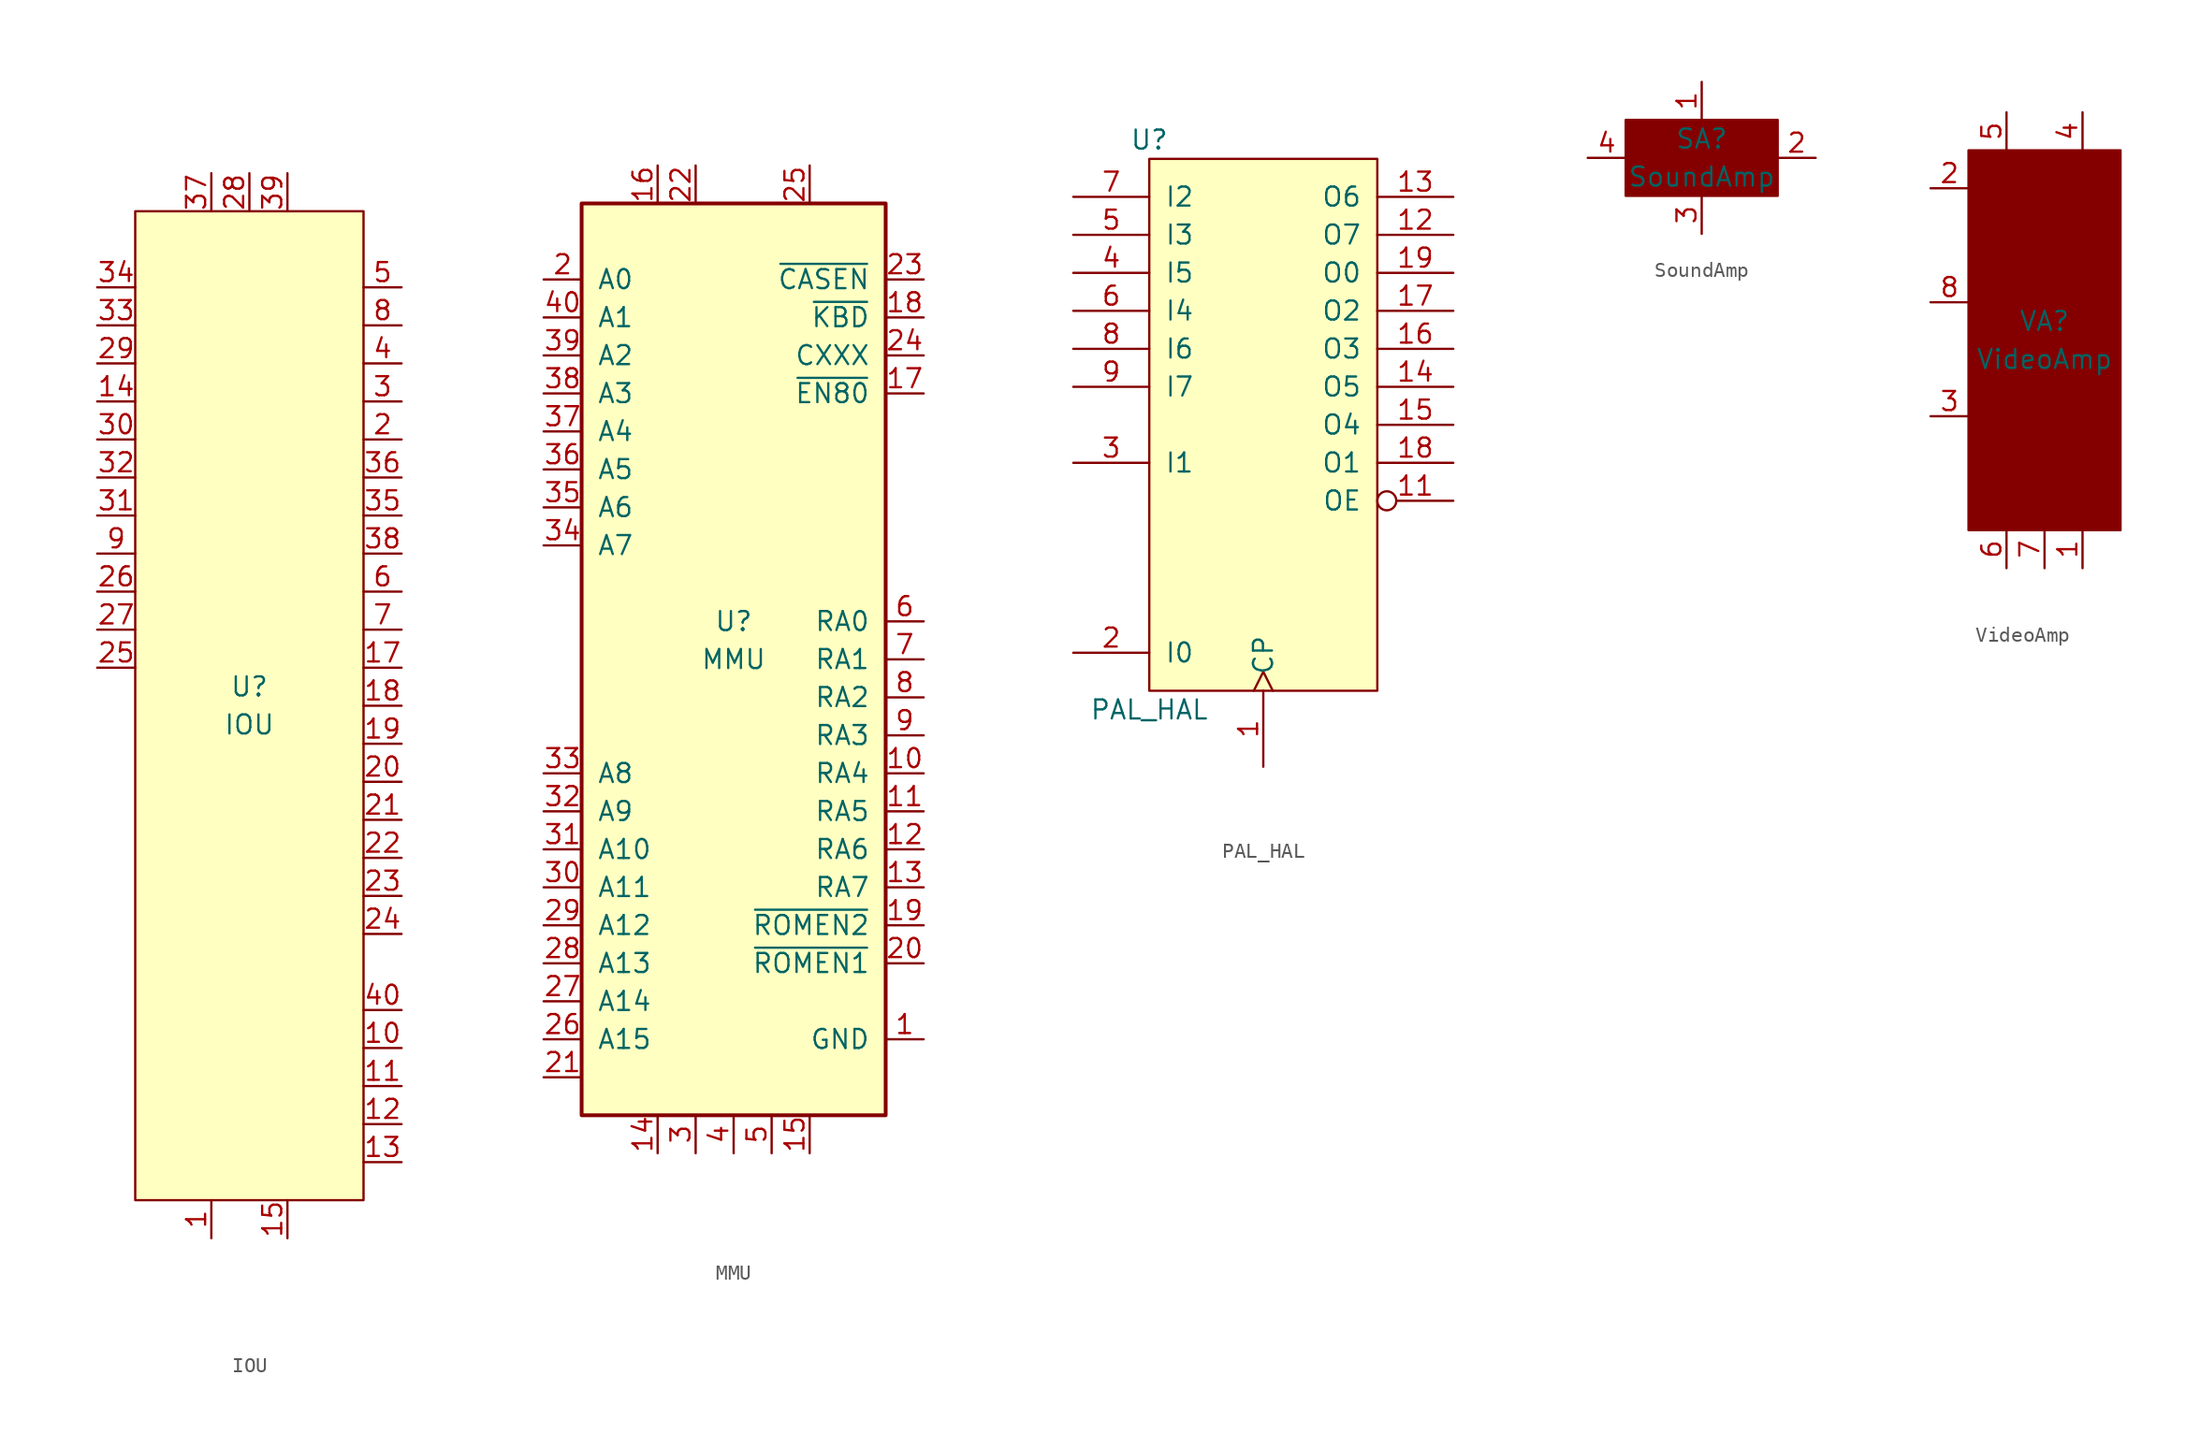
<source format=kicad_sym>
(kicad_symbol_lib
  (version 20220914)
  (generator kicad_symbol_editor)
  (symbol "IOU"
    (pin_names
      (offset 1.016))
    (property "Reference" "U"
      (at 0 1.27 0)
      (effects (font (size 1.27 1.27))))
    (property "Value" "IOU"
      (at 0 -1.27 0)
      (effects (font (size 1.27 1.27))))
    (symbol "IOU_0_1"
      (rectangle (start -7.62 33.02) (end 7.62 -33.02) (stroke (width 0) (type solid)) (fill (type background))))
    (symbol "IOU_1_0"
      (pin power_in line (at -2.54 -35.56 90) (length 2.54) (name "~" (effects (font (size 1.27 1.27)))) (number "1" (effects (font (size 1.27 1.27)))))
      (pin output line (at 10.16 -22.86 180) (length 2.54) (name "~" (effects (font (size 1.27 1.27)))) (number "10" (effects (font (size 1.27 1.27)))))
      (pin output line (at 10.16 -25.4 180) (length 2.54) (name "~" (effects (font (size 1.27 1.27)))) (number "11" (effects (font (size 1.27 1.27)))))
      (pin output line (at 10.16 -27.94 180) (length 2.54) (name "~" (effects (font (size 1.27 1.27)))) (number "12" (effects (font (size 1.27 1.27)))))
      (pin input line (at 10.16 -30.48 180) (length 2.54) (name "~" (effects (font (size 1.27 1.27)))) (number "13" (effects (font (size 1.27 1.27)))))
      (pin input line (at -10.16 20.32 0) (length 2.54) (name "~" (effects (font (size 1.27 1.27)))) (number "14" (effects (font (size 1.27 1.27)))))
      (pin input line (at 2.54 -35.56 90) (length 2.54) (name "~" (effects (font (size 1.27 1.27)))) (number "15" (effects (font (size 1.27 1.27)))))
      (pin input line (at 10.16 2.54 180) (length 2.54) (name "~" (effects (font (size 1.27 1.27)))) (number "17" (effects (font (size 1.27 1.27)))))
      (pin input line (at 10.16 0 180) (length 2.54) (name "~" (effects (font (size 1.27 1.27)))) (number "18" (effects (font (size 1.27 1.27)))))
      (pin input line (at 10.16 -2.54 180) (length 2.54) (name "~" (effects (font (size 1.27 1.27)))) (number "19" (effects (font (size 1.27 1.27)))))
      (pin output line (at 10.16 17.78 180) (length 2.54) (name "~" (effects (font (size 1.27 1.27)))) (number "2" (effects (font (size 1.27 1.27)))))
      (pin input line (at 10.16 -5.08 180) (length 2.54) (name "~" (effects (font (size 1.27 1.27)))) (number "20" (effects (font (size 1.27 1.27)))))
      (pin input line (at 10.16 -7.62 180) (length 2.54) (name "~" (effects (font (size 1.27 1.27)))) (number "21" (effects (font (size 1.27 1.27)))))
      (pin input line (at 10.16 -10.16 180) (length 2.54) (name "~" (effects (font (size 1.27 1.27)))) (number "22" (effects (font (size 1.27 1.27)))))
      (pin input line (at 10.16 -12.7 180) (length 2.54) (name "~" (effects (font (size 1.27 1.27)))) (number "23" (effects (font (size 1.27 1.27)))))
      (pin input line (at 10.16 -15.24 180) (length 2.54) (name "~" (effects (font (size 1.27 1.27)))) (number "24" (effects (font (size 1.27 1.27)))))
      (pin input line (at -10.16 2.54 0) (length 2.54) (name "~" (effects (font (size 1.27 1.27)))) (number "25" (effects (font (size 1.27 1.27)))))
      (pin input line (at -10.16 7.62 0) (length 2.54) (name "~" (effects (font (size 1.27 1.27)))) (number "26" (effects (font (size 1.27 1.27)))))
      (pin input line (at -10.16 5.08 0) (length 2.54) (name "~" (effects (font (size 1.27 1.27)))) (number "27" (effects (font (size 1.27 1.27)))))
      (pin power_in line (at 0 35.56 270) (length 2.54) (name "~" (effects (font (size 1.27 1.27)))) (number "28" (effects (font (size 1.27 1.27)))))
      (pin input line (at -10.16 22.86 0) (length 2.54) (name "~" (effects (font (size 1.27 1.27)))) (number "29" (effects (font (size 1.27 1.27)))))
      (pin output line (at 10.16 20.32 180) (length 2.54) (name "~" (effects (font (size 1.27 1.27)))) (number "3" (effects (font (size 1.27 1.27)))))
      (pin input line (at -10.16 17.78 0) (length 2.54) (name "~" (effects (font (size 1.27 1.27)))) (number "30" (effects (font (size 1.27 1.27)))))
      (pin input line (at -10.16 12.7 0) (length 2.54) (name "~" (effects (font (size 1.27 1.27)))) (number "31" (effects (font (size 1.27 1.27)))))
      (pin input line (at -10.16 15.24 0) (length 2.54) (name "~" (effects (font (size 1.27 1.27)))) (number "32" (effects (font (size 1.27 1.27)))))
      (pin input line (at -10.16 25.4 0) (length 2.54) (name "~" (effects (font (size 1.27 1.27)))) (number "33" (effects (font (size 1.27 1.27)))))
      (pin input line (at -10.16 27.94 0) (length 2.54) (name "~" (effects (font (size 1.27 1.27)))) (number "34" (effects (font (size 1.27 1.27)))))
      (pin passive line (at 10.16 12.7 180) (length 2.54) (name "~" (effects (font (size 1.27 1.27)))) (number "35" (effects (font (size 1.27 1.27)))))
      (pin passive line (at 10.16 15.24 180) (length 2.54) (name "~" (effects (font (size 1.27 1.27)))) (number "36" (effects (font (size 1.27 1.27)))))
      (pin output line (at -2.54 35.56 270) (length 2.54) (name "~" (effects (font (size 1.27 1.27)))) (number "37" (effects (font (size 1.27 1.27)))))
      (pin output line (at 10.16 10.16 180) (length 2.54) (name "~" (effects (font (size 1.27 1.27)))) (number "38" (effects (font (size 1.27 1.27)))))
      (pin output line (at 2.54 35.56 270) (length 2.54) (name "~" (effects (font (size 1.27 1.27)))) (number "39" (effects (font (size 1.27 1.27)))))
      (pin output line (at 10.16 22.86 180) (length 2.54) (name "~" (effects (font (size 1.27 1.27)))) (number "4" (effects (font (size 1.27 1.27)))))
      (pin output line (at 10.16 -20.32 180) (length 2.54) (name "~" (effects (font (size 1.27 1.27)))) (number "40" (effects (font (size 1.27 1.27)))))
      (pin output line (at 10.16 27.94 180) (length 2.54) (name "~" (effects (font (size 1.27 1.27)))) (number "5" (effects (font (size 1.27 1.27)))))
      (pin output line (at 10.16 7.62 180) (length 2.54) (name "~" (effects (font (size 1.27 1.27)))) (number "6" (effects (font (size 1.27 1.27)))))
      (pin passive line (at 10.16 5.08 180) (length 2.54) (name "~" (effects (font (size 1.27 1.27)))) (number "7" (effects (font (size 1.27 1.27)))))
      (pin output line (at 10.16 25.4 180) (length 2.54) (name "~" (effects (font (size 1.27 1.27)))) (number "8" (effects (font (size 1.27 1.27)))))
      (pin tri_state line (at -10.16 10.16 0) (length 2.54) (name "~" (effects (font (size 1.27 1.27)))) (number "9" (effects (font (size 1.27 1.27)))))))
  (symbol "MMU"
    (pin_names
      (offset 1.016))
    (property "Reference" "U"
      (at 0 2.54 0)
      (effects (font (size 1.27 1.27))))
    (property "Value" "MMU"
      (at 0 0 0)
      (effects (font (size 1.27 1.27))))
    (symbol "MMU_0_1"
      (rectangle (start -10.16 30.48) (end 10.16 -30.48) (stroke (width 0.254) (type solid)) (fill (type background))))
    (symbol "MMU_1_1"
      (pin power_in line (at 12.7 -25.4 180) (length 2.54) (name "GND" (effects (font (size 1.27 1.27)))) (number "1" (effects (font (size 1.27 1.27)))))
      (pin output line (at 12.7 -7.62 180) (length 2.54) (name "RA4" (effects (font (size 1.27 1.27)))) (number "10" (effects (font (size 1.27 1.27)))))
      (pin output line (at 12.7 -10.16 180) (length 2.54) (name "RA5" (effects (font (size 1.27 1.27)))) (number "11" (effects (font (size 1.27 1.27)))))
      (pin output line (at 12.7 -12.7 180) (length 2.54) (name "RA6" (effects (font (size 1.27 1.27)))) (number "12" (effects (font (size 1.27 1.27)))))
      (pin output line (at 12.7 -15.24 180) (length 2.54) (name "RA7" (effects (font (size 1.27 1.27)))) (number "13" (effects (font (size 1.27 1.27)))))
      (pin input line (at -5.08 -33.02 90) (length 2.54) (name "~" (effects (font (size 1.27 1.27)))) (number "14" (effects (font (size 1.27 1.27)))))
      (pin input line (at 5.08 -33.02 90) (length 2.54) (name "~" (effects (font (size 1.27 1.27)))) (number "15" (effects (font (size 1.27 1.27)))))
      (pin output line (at -5.08 33.02 270) (length 2.54) (name "~" (effects (font (size 1.27 1.27)))) (number "16" (effects (font (size 1.27 1.27)))))
      (pin output line (at 12.7 17.78 180) (length 2.54) (name "~{EN80}" (effects (font (size 1.27 1.27)))) (number "17" (effects (font (size 1.27 1.27)))))
      (pin output line (at 12.7 22.86 180) (length 2.54) (name "~{KBD}" (effects (font (size 1.27 1.27)))) (number "18" (effects (font (size 1.27 1.27)))))
      (pin output line (at 12.7 -17.78 180) (length 2.54) (name "~{ROMEN2}" (effects (font (size 1.27 1.27)))) (number "19" (effects (font (size 1.27 1.27)))))
      (pin input line (at -12.7 25.4 0) (length 2.54) (name "A0" (effects (font (size 1.27 1.27)))) (number "2" (effects (font (size 1.27 1.27)))))
      (pin output line (at 12.7 -20.32 180) (length 2.54) (name "~{ROMEN1}" (effects (font (size 1.27 1.27)))) (number "20" (effects (font (size 1.27 1.27)))))
      (pin tri_state line (at -12.7 -27.94 0) (length 2.54) (name "~" (effects (font (size 1.27 1.27)))) (number "21" (effects (font (size 1.27 1.27)))))
      (pin output line (at -2.54 33.02 270) (length 2.54) (name "~" (effects (font (size 1.27 1.27)))) (number "22" (effects (font (size 1.27 1.27)))))
      (pin input line (at 12.7 25.4 180) (length 2.54) (name "~{CASEN}" (effects (font (size 1.27 1.27)))) (number "23" (effects (font (size 1.27 1.27)))))
      (pin output line (at 12.7 20.32 180) (length 2.54) (name "CXXX" (effects (font (size 1.27 1.27)))) (number "24" (effects (font (size 1.27 1.27)))))
      (pin power_in line (at 5.08 33.02 270) (length 2.54) (name "~" (effects (font (size 1.27 1.27)))) (number "25" (effects (font (size 1.27 1.27)))))
      (pin input line (at -12.7 -25.4 0) (length 2.54) (name "A15" (effects (font (size 1.27 1.27)))) (number "26" (effects (font (size 1.27 1.27)))))
      (pin input line (at -12.7 -22.86 0) (length 2.54) (name "A14" (effects (font (size 1.27 1.27)))) (number "27" (effects (font (size 1.27 1.27)))))
      (pin input line (at -12.7 -20.32 0) (length 2.54) (name "A13" (effects (font (size 1.27 1.27)))) (number "28" (effects (font (size 1.27 1.27)))))
      (pin input line (at -12.7 -17.78 0) (length 2.54) (name "A12" (effects (font (size 1.27 1.27)))) (number "29" (effects (font (size 1.27 1.27)))))
      (pin input line (at -2.54 -33.02 90) (length 2.54) (name "~" (effects (font (size 1.27 1.27)))) (number "3" (effects (font (size 1.27 1.27)))))
      (pin input line (at -12.7 -15.24 0) (length 2.54) (name "A11" (effects (font (size 1.27 1.27)))) (number "30" (effects (font (size 1.27 1.27)))))
      (pin input line (at -12.7 -12.7 0) (length 2.54) (name "A10" (effects (font (size 1.27 1.27)))) (number "31" (effects (font (size 1.27 1.27)))))
      (pin input line (at -12.7 -10.16 0) (length 2.54) (name "A9" (effects (font (size 1.27 1.27)))) (number "32" (effects (font (size 1.27 1.27)))))
      (pin input line (at -12.7 -7.62 0) (length 2.54) (name "A8" (effects (font (size 1.27 1.27)))) (number "33" (effects (font (size 1.27 1.27)))))
      (pin input line (at -12.7 7.62 0) (length 2.54) (name "A7" (effects (font (size 1.27 1.27)))) (number "34" (effects (font (size 1.27 1.27)))))
      (pin input line (at -12.7 10.16 0) (length 2.54) (name "A6" (effects (font (size 1.27 1.27)))) (number "35" (effects (font (size 1.27 1.27)))))
      (pin input line (at -12.7 12.7 0) (length 2.54) (name "A5" (effects (font (size 1.27 1.27)))) (number "36" (effects (font (size 1.27 1.27)))))
      (pin input line (at -12.7 15.24 0) (length 2.54) (name "A4" (effects (font (size 1.27 1.27)))) (number "37" (effects (font (size 1.27 1.27)))))
      (pin input line (at -12.7 17.78 0) (length 2.54) (name "A3" (effects (font (size 1.27 1.27)))) (number "38" (effects (font (size 1.27 1.27)))))
      (pin input line (at -12.7 20.32 0) (length 2.54) (name "A2" (effects (font (size 1.27 1.27)))) (number "39" (effects (font (size 1.27 1.27)))))
      (pin input line (at 0 -33.02 90) (length 2.54) (name "~" (effects (font (size 1.27 1.27)))) (number "4" (effects (font (size 1.27 1.27)))))
      (pin input line (at -12.7 22.86 0) (length 2.54) (name "A1" (effects (font (size 1.27 1.27)))) (number "40" (effects (font (size 1.27 1.27)))))
      (pin input line (at 2.54 -33.02 90) (length 2.54) (name "~" (effects (font (size 1.27 1.27)))) (number "5" (effects (font (size 1.27 1.27)))))
      (pin output line (at 12.7 2.54 180) (length 2.54) (name "RA0" (effects (font (size 1.27 1.27)))) (number "6" (effects (font (size 1.27 1.27)))))
      (pin output line (at 12.7 0 180) (length 2.54) (name "RA1" (effects (font (size 1.27 1.27)))) (number "7" (effects (font (size 1.27 1.27)))))
      (pin output line (at 12.7 -2.54 180) (length 2.54) (name "RA2" (effects (font (size 1.27 1.27)))) (number "8" (effects (font (size 1.27 1.27)))))
      (pin output line (at 12.7 -5.08 180) (length 2.54) (name "RA3" (effects (font (size 1.27 1.27)))) (number "9" (effects (font (size 1.27 1.27)))))))
  (symbol "PAL_HAL"
    (pin_names
      (offset 1.016))
    (property "Reference" "U"
      (at -7.62 19.05 0)
      (effects (font (size 1.27 1.27))))
    (property "Value" "PAL_HAL"
      (at -7.62 -19.05 0)
      (effects (font (size 1.27 1.27))))
    (symbol "PAL_HAL_0_1"
      (rectangle (start -7.62 17.78) (end 7.62 -17.78) (stroke (width 0) (type solid)) (fill (type background))))
    (symbol "PAL_HAL_1_0"
      (pin input clock (at 0 -22.86 90) (length 5.08) (name "CP" (effects (font (size 1.27 1.27)))) (number "1" (effects (font (size 1.27 1.27)))))
      (pin input inverted (at 12.7 -5.08 180) (length 5.08) (name "OE" (effects (font (size 1.27 1.27)))) (number "11" (effects (font (size 1.27 1.27)))))
      (pin output line (at 12.7 12.7 180) (length 5.08) (name "O7" (effects (font (size 1.27 1.27)))) (number "12" (effects (font (size 1.27 1.27)))))
      (pin output line (at 12.7 15.24 180) (length 5.08) (name "O6" (effects (font (size 1.27 1.27)))) (number "13" (effects (font (size 1.27 1.27)))))
      (pin output line (at 12.7 2.54 180) (length 5.08) (name "O5" (effects (font (size 1.27 1.27)))) (number "14" (effects (font (size 1.27 1.27)))))
      (pin output line (at 12.7 0 180) (length 5.08) (name "O4" (effects (font (size 1.27 1.27)))) (number "15" (effects (font (size 1.27 1.27)))))
      (pin output line (at 12.7 5.08 180) (length 5.08) (name "O3" (effects (font (size 1.27 1.27)))) (number "16" (effects (font (size 1.27 1.27)))))
      (pin output line (at 12.7 7.62 180) (length 5.08) (name "O2" (effects (font (size 1.27 1.27)))) (number "17" (effects (font (size 1.27 1.27)))))
      (pin output line (at 12.7 -2.54 180) (length 5.08) (name "O1" (effects (font (size 1.27 1.27)))) (number "18" (effects (font (size 1.27 1.27)))))
      (pin output line (at 12.7 10.16 180) (length 5.08) (name "O0" (effects (font (size 1.27 1.27)))) (number "19" (effects (font (size 1.27 1.27)))))
      (pin input line (at -12.7 -15.24 0) (length 5.08) (name "I0" (effects (font (size 1.27 1.27)))) (number "2" (effects (font (size 1.27 1.27)))))
      (pin input line (at -12.7 -2.54 0) (length 5.08) (name "I1" (effects (font (size 1.27 1.27)))) (number "3" (effects (font (size 1.27 1.27)))))
      (pin input line (at -12.7 10.16 0) (length 5.08) (name "I5" (effects (font (size 1.27 1.27)))) (number "4" (effects (font (size 1.27 1.27)))))
      (pin input line (at -12.7 12.7 0) (length 5.08) (name "I3" (effects (font (size 1.27 1.27)))) (number "5" (effects (font (size 1.27 1.27)))))
      (pin input line (at -12.7 7.62 0) (length 5.08) (name "I4" (effects (font (size 1.27 1.27)))) (number "6" (effects (font (size 1.27 1.27)))))
      (pin input line (at -12.7 15.24 0) (length 5.08) (name "I2" (effects (font (size 1.27 1.27)))) (number "7" (effects (font (size 1.27 1.27)))))
      (pin input line (at -12.7 5.08 0) (length 5.08) (name "I6" (effects (font (size 1.27 1.27)))) (number "8" (effects (font (size 1.27 1.27)))))
      (pin input line (at -12.7 2.54 0) (length 5.08) (name "I7" (effects (font (size 1.27 1.27)))) (number "9" (effects (font (size 1.27 1.27)))))))
  (symbol "SoundAmp"
    (pin_names
      (offset 1.016))
    (property "Reference" "SA"
      (at 0 1.27 0)
      (effects (font (size 1.27 1.27))))
    (property "Value" "SoundAmp"
      (at 0 -1.27 0)
      (effects (font (size 1.27 1.27))))
    (symbol "SoundAmp_0_1"
      (rectangle (start -5.08 2.54) (end 5.08 -2.54) (stroke (width 0) (type solid)) (fill (type outline))))
    (symbol "SoundAmp_1_1"
      (pin power_in line (at 0 5.08 270) (length 2.54) (name "~" (effects (font (size 1.27 1.27)))) (number "1" (effects (font (size 1.27 1.27)))))
      (pin output line (at 7.62 0 180) (length 2.54) (name "~" (effects (font (size 1.27 1.27)))) (number "2" (effects (font (size 1.27 1.27)))))
      (pin power_in line (at 0 -5.08 90) (length 2.54) (name "~" (effects (font (size 1.27 1.27)))) (number "3" (effects (font (size 1.27 1.27)))))
      (pin input line (at -7.62 0 0) (length 2.54) (name "~" (effects (font (size 1.27 1.27)))) (number "4" (effects (font (size 1.27 1.27)))))))
  (symbol "VideoAmp"
    (pin_names
      (offset 1.016))
    (property "Reference" "VA"
      (at 0 1.27 0)
      (effects (font (size 1.27 1.27))))
    (property "Value" "VideoAmp"
      (at 0 -1.27 0)
      (effects (font (size 1.27 1.27))))
    (symbol "VideoAmp_0_1"
      (rectangle (start -5.08 12.7) (end 5.08 -12.7) (stroke (width 0) (type solid)) (fill (type outline))))
    (symbol "VideoAmp_1_0"
      (pin power_in line (at 2.54 -15.24 90) (length 2.54) (name "~" (effects (font (size 1.27 1.27)))) (number "1" (effects (font (size 1.27 1.27)))))
      (pin output line (at -7.62 10.16 0) (length 2.54) (name "~" (effects (font (size 1.27 1.27)))) (number "2" (effects (font (size 1.27 1.27)))))
      (pin output line (at -7.62 -5.08 0) (length 2.54) (name "~" (effects (font (size 1.27 1.27)))) (number "3" (effects (font (size 1.27 1.27)))))
      (pin power_in line (at 2.54 15.24 270) (length 2.54) (name "~" (effects (font (size 1.27 1.27)))) (number "4" (effects (font (size 1.27 1.27)))))
      (pin input line (at -2.54 15.24 270) (length 2.54) (name "~" (effects (font (size 1.27 1.27)))) (number "5" (effects (font (size 1.27 1.27)))))
      (pin input line (at -2.54 -15.24 90) (length 2.54) (name "~" (effects (font (size 1.27 1.27)))) (number "6" (effects (font (size 1.27 1.27)))))
      (pin input line (at 0 -15.24 90) (length 2.54) (name "~" (effects (font (size 1.27 1.27)))) (number "7" (effects (font (size 1.27 1.27)))))
      (pin power_in line (at -7.62 2.54 0) (length 2.54) (name "~" (effects (font (size 1.27 1.27)))) (number "8" (effects (font (size 1.27 1.27))))))))
</source>
